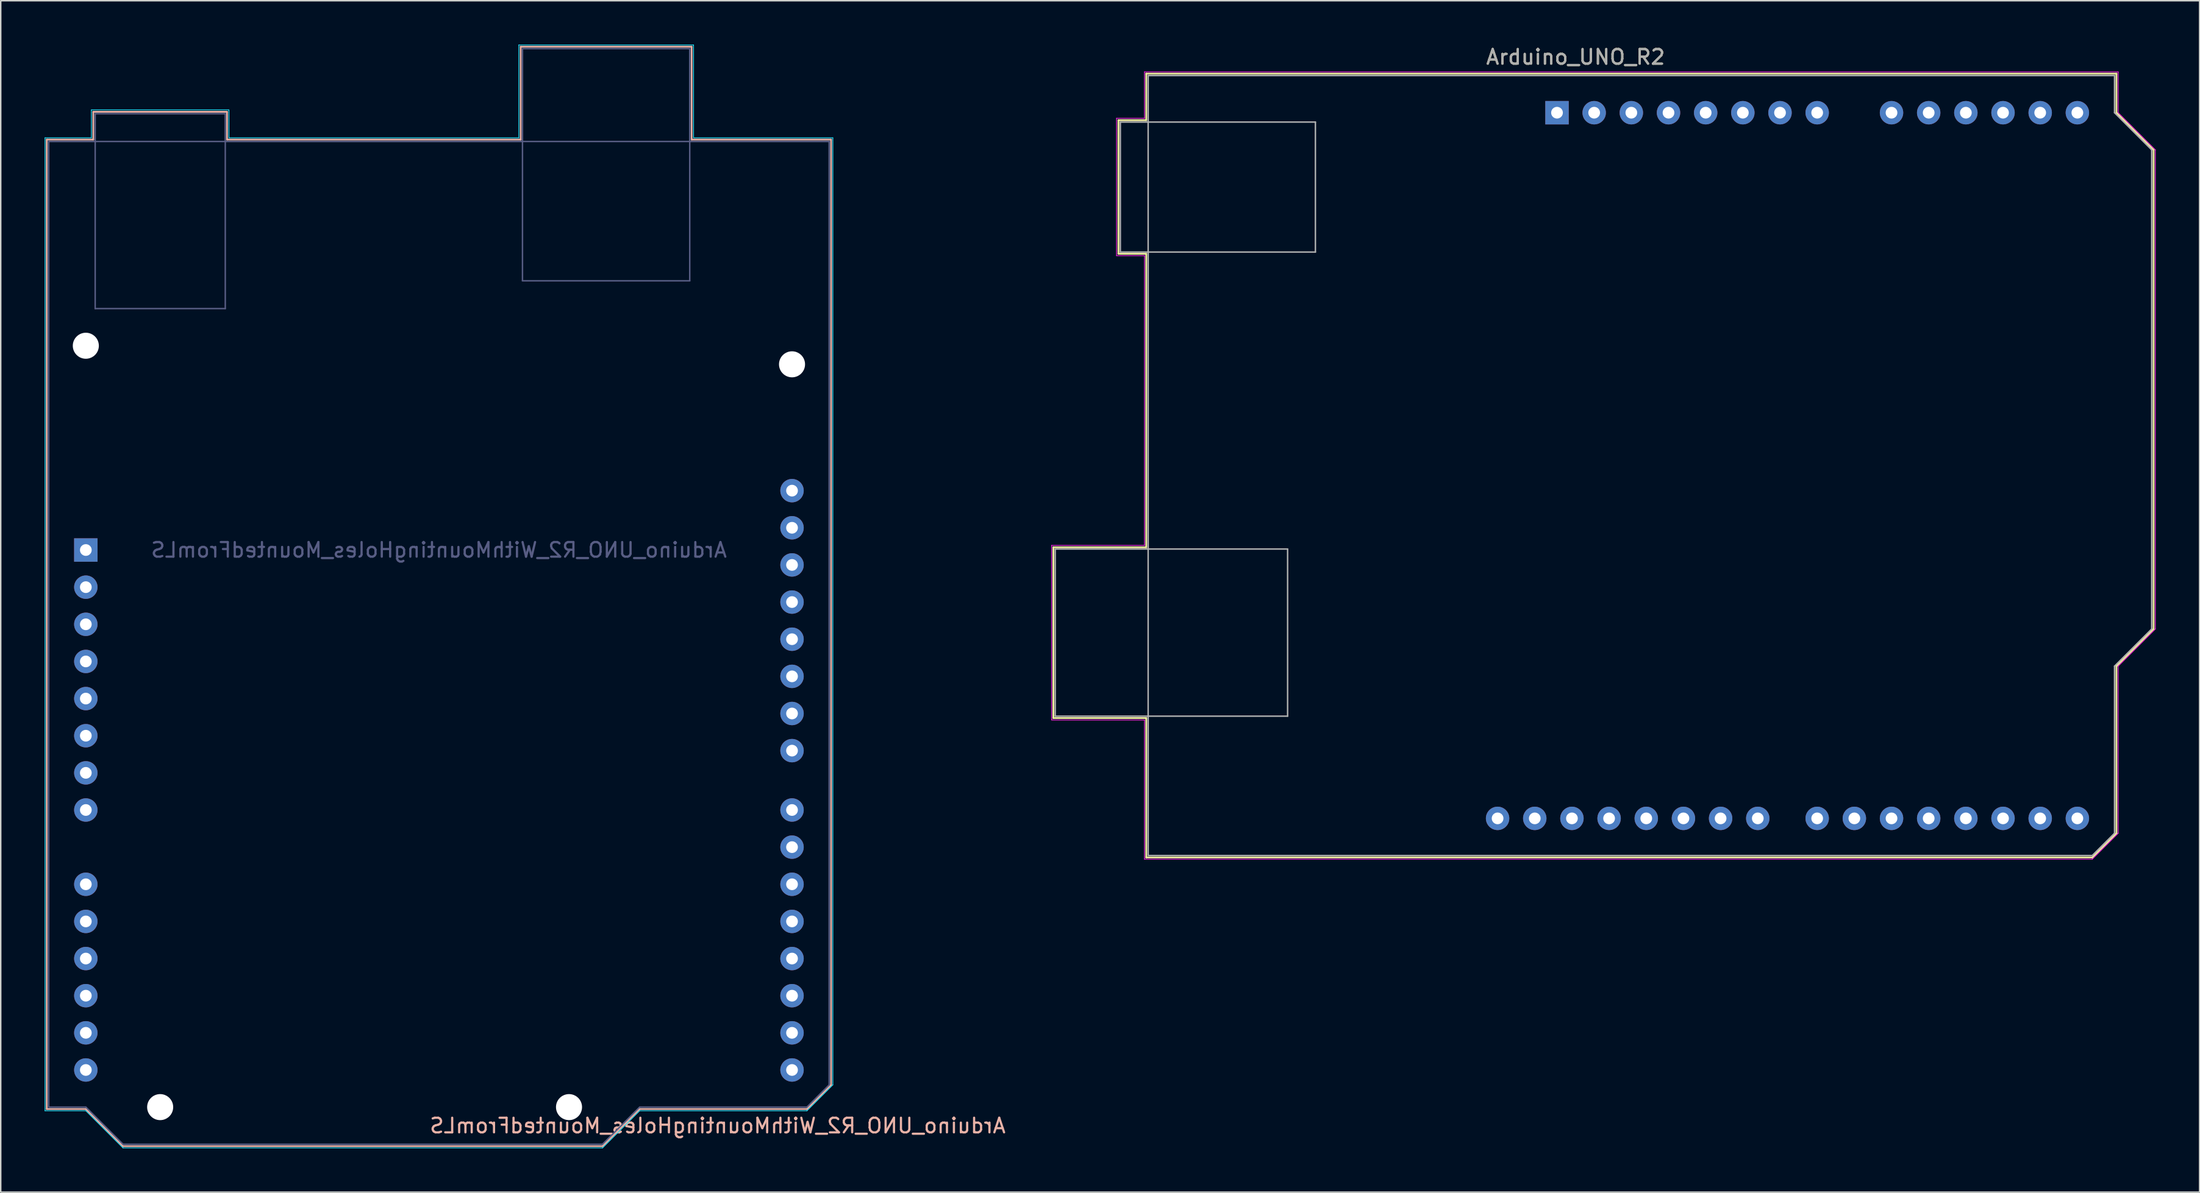
<source format=kicad_pcb>
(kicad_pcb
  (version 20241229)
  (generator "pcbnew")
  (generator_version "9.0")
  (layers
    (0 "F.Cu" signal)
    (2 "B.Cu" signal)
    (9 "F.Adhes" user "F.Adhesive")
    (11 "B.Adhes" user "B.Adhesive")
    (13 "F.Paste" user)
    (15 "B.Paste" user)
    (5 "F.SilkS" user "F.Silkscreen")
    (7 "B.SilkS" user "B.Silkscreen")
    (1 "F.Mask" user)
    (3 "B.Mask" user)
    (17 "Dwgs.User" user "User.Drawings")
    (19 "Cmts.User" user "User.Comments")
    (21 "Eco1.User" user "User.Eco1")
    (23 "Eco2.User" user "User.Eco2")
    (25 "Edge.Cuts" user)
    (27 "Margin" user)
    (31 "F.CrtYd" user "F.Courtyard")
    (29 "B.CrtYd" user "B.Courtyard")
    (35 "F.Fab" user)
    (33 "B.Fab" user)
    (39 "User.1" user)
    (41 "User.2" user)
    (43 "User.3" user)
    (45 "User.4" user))
  (footprint "Arduino_UNO_R2"
    (layer "F.Cu")
    (at 103.352 4.658)
    (property "Reference" "Arduino_UNO_R2" (at 1.27 -3.81 180) (layer "F.SilkS") (effects (font (size 1 1) (thickness 0.15))))
    (attr through_hole)
    (fp_line (start -34.42 29.72) (end -34.42 41.4) (stroke (width 0.12) (type solid)) (layer "F.SilkS"))
    (fp_line (start -34.42 41.4) (end -28.07 41.4) (stroke (width 0.12) (type solid)) (layer "F.SilkS"))
    (fp_line (start -29.97 0.51) (end -29.97 9.65) (stroke (width 0.12) (type solid)) (layer "F.SilkS"))
    (fp_line (start -29.97 9.65) (end -28.07 9.65) (stroke (width 0.12) (type solid)) (layer "F.SilkS"))
    (fp_line (start -28.07 -2.67) (end -28.07 0.51) (stroke (width 0.12) (type solid)) (layer "F.SilkS"))
    (fp_line (start -28.07 0.51) (end -29.97 0.51) (stroke (width 0.12) (type solid)) (layer "F.SilkS"))
    (fp_line (start -28.07 9.65) (end -28.07 29.72) (stroke (width 0.12) (type solid)) (layer "F.SilkS"))
    (fp_line (start -28.07 29.72) (end -34.42 29.72) (stroke (width 0.12) (type solid)) (layer "F.SilkS"))
    (fp_line (start -28.07 41.4) (end -28.07 50.93) (stroke (width 0.12) (type solid)) (layer "F.SilkS"))
    (fp_line (start -28.07 50.93) (end 36.58 50.93) (stroke (width 0.12) (type solid)) (layer "F.SilkS"))
    (fp_line (start 36.58 50.93) (end 38.23 49.28) (stroke (width 0.12) (type solid)) (layer "F.SilkS"))
    (fp_line (start 38.23 -2.67) (end -28.07 -2.67) (stroke (width 0.12) (type solid)) (layer "F.SilkS"))
    (fp_line (start 38.23 0) (end 38.23 -2.67) (stroke (width 0.12) (type solid)) (layer "F.SilkS"))
    (fp_line (start 38.23 37.85) (end 40.77 35.31) (stroke (width 0.12) (type solid)) (layer "F.SilkS"))
    (fp_line (start 38.23 49.28) (end 38.23 37.85) (stroke (width 0.12) (type solid)) (layer "F.SilkS"))
    (fp_line (start 40.77 2.54) (end 38.23 0) (stroke (width 0.12) (type solid)) (layer "F.SilkS"))
    (fp_line (start 40.77 35.31) (end 40.77 2.54) (stroke (width 0.12) (type solid)) (layer "F.SilkS"))
    (fp_line (start -34.54 29.59) (end -28.19 29.59) (stroke (width 0.05) (type solid)) (layer "F.CrtYd"))
    (fp_line (start -34.54 41.53) (end -34.54 29.59) (stroke (width 0.05) (type solid)) (layer "F.CrtYd"))
    (fp_line (start -30.1 0.38) (end -28.19 0.38) (stroke (width 0.05) (type solid)) (layer "F.CrtYd"))
    (fp_line (start -30.1 9.78) (end -30.1 0.38) (stroke (width 0.05) (type solid)) (layer "F.CrtYd"))
    (fp_line (start -28.19 -2.79) (end 38.35 -2.79) (stroke (width 0.05) (type solid)) (layer "F.CrtYd"))
    (fp_line (start -28.19 0.38) (end -28.19 -2.79) (stroke (width 0.05) (type solid)) (layer "F.CrtYd"))
    (fp_line (start -28.19 9.78) (end -30.1 9.78) (stroke (width 0.05) (type solid)) (layer "F.CrtYd"))
    (fp_line (start -28.19 29.59) (end -28.19 9.78) (stroke (width 0.05) (type solid)) (layer "F.CrtYd"))
    (fp_line (start -28.19 41.53) (end -34.54 41.53) (stroke (width 0.05) (type solid)) (layer "F.CrtYd"))
    (fp_line (start -28.19 51.05) (end -28.19 41.53) (stroke (width 0.05) (type solid)) (layer "F.CrtYd"))
    (fp_line (start 36.58 51.05) (end -28.19 51.05) (stroke (width 0.05) (type solid)) (layer "F.CrtYd"))
    (fp_line (start 38.35 -2.79) (end 38.35 0) (stroke (width 0.05) (type solid)) (layer "F.CrtYd"))
    (fp_line (start 38.35 0) (end 40.89 2.54) (stroke (width 0.05) (type solid)) (layer "F.CrtYd"))
    (fp_line (start 38.35 37.85) (end 38.35 49.28) (stroke (width 0.05) (type solid)) (layer "F.CrtYd"))
    (fp_line (start 38.35 49.28) (end 36.58 51.05) (stroke (width 0.05) (type solid)) (layer "F.CrtYd"))
    (fp_line (start 40.89 2.54) (end 40.89 35.31) (stroke (width 0.05) (type solid)) (layer "F.CrtYd"))
    (fp_line (start 40.89 35.31) (end 38.35 37.85) (stroke (width 0.05) (type solid)) (layer "F.CrtYd"))
    (fp_line (start -34.29 29.84) (end -18.41 29.84) (stroke (width 0.1) (type solid)) (layer "F.Fab"))
    (fp_line (start -34.29 41.27) (end -34.29 29.84) (stroke (width 0.1) (type solid)) (layer "F.Fab"))
    (fp_line (start -29.84 0.64) (end -16.51 0.64) (stroke (width 0.1) (type solid)) (layer "F.Fab"))
    (fp_line (start -29.84 9.53) (end -29.84 0.64) (stroke (width 0.1) (type solid)) (layer "F.Fab"))
    (fp_line (start -27.94 -2.54) (end 38.1 -2.54) (stroke (width 0.1) (type solid)) (layer "F.Fab"))
    (fp_line (start -27.94 50.8) (end -27.94 -2.54) (stroke (width 0.1) (type solid)) (layer "F.Fab"))
    (fp_line (start -18.41 29.84) (end -18.41 41.27) (stroke (width 0.1) (type solid)) (layer "F.Fab"))
    (fp_line (start -18.41 41.27) (end -34.29 41.27) (stroke (width 0.1) (type solid)) (layer "F.Fab"))
    (fp_line (start -16.51 0.64) (end -16.51 9.53) (stroke (width 0.1) (type solid)) (layer "F.Fab"))
    (fp_line (start -16.51 9.53) (end -29.84 9.53) (stroke (width 0.1) (type solid)) (layer "F.Fab"))
    (fp_line (start 36.58 50.8) (end -27.94 50.8) (stroke (width 0.1) (type solid)) (layer "F.Fab"))
    (fp_line (start 38.1 -2.54) (end 38.1 0) (stroke (width 0.1) (type solid)) (layer "F.Fab"))
    (fp_line (start 38.1 0) (end 40.64 2.54) (stroke (width 0.1) (type solid)) (layer "F.Fab"))
    (fp_line (start 38.1 37.85) (end 38.1 49.28) (stroke (width 0.1) (type solid)) (layer "F.Fab"))
    (fp_line (start 38.1 49.28) (end 36.58 50.8) (stroke (width 0.1) (type solid)) (layer "F.Fab"))
    (fp_line (start 40.64 2.54) (end 40.64 35.31) (stroke (width 0.1) (type solid)) (layer "F.Fab"))
    (fp_line (start 40.64 35.31) (end 38.1 37.85) (stroke (width 0.1) (type solid)) (layer "F.Fab"))
    (fp_text user "${REFERENCE}" (at 1.27 -3.81 180) (layer "F.Fab") (effects (font (size 1 1) (thickness 0.15))))
    (pad "1" thru_hole rect (at 0 0 90) (size 1.6 1.6) (drill 0.8) (layers "*.Cu" "*.Mask"))
    (pad "2" thru_hole oval (at 2.54 0 90) (size 1.6 1.6) (drill 0.8) (layers "*.Cu" "*.Mask"))
    (pad "3" thru_hole oval (at 5.08 0 90) (size 1.6 1.6) (drill 0.8) (layers "*.Cu" "*.Mask"))
    (pad "4" thru_hole oval (at 7.62 0 90) (size 1.6 1.6) (drill 0.8) (layers "*.Cu" "*.Mask"))
    (pad "5" thru_hole oval (at 10.16 0 90) (size 1.6 1.6) (drill 0.8) (layers "*.Cu" "*.Mask"))
    (pad "6" thru_hole oval (at 12.7 0 90) (size 1.6 1.6) (drill 0.8) (layers "*.Cu" "*.Mask"))
    (pad "7" thru_hole oval (at 15.24 0 90) (size 1.6 1.6) (drill 0.8) (layers "*.Cu" "*.Mask"))
    (pad "8" thru_hole oval (at 17.78 0 90) (size 1.6 1.6) (drill 0.8) (layers "*.Cu" "*.Mask"))
    (pad "9" thru_hole oval (at 22.86 0 90) (size 1.6 1.6) (drill 0.8) (layers "*.Cu" "*.Mask"))
    (pad "10" thru_hole oval (at 25.4 0 90) (size 1.6 1.6) (drill 0.8) (layers "*.Cu" "*.Mask"))
    (pad "11" thru_hole oval (at 27.94 0 90) (size 1.6 1.6) (drill 0.8) (layers "*.Cu" "*.Mask"))
    (pad "12" thru_hole oval (at 30.48 0 90) (size 1.6 1.6) (drill 0.8) (layers "*.Cu" "*.Mask"))
    (pad "13" thru_hole oval (at 33.02 0 90) (size 1.6 1.6) (drill 0.8) (layers "*.Cu" "*.Mask"))
    (pad "14" thru_hole oval (at 35.56 0 90) (size 1.6 1.6) (drill 0.8) (layers "*.Cu" "*.Mask"))
    (pad "15" thru_hole oval (at 35.56 48.26 90) (size 1.6 1.6) (drill 0.8) (layers "*.Cu" "*.Mask"))
    (pad "16" thru_hole oval (at 33.02 48.26 90) (size 1.6 1.6) (drill 0.8) (layers "*.Cu" "*.Mask"))
    (pad "17" thru_hole oval (at 30.48 48.26 90) (size 1.6 1.6) (drill 0.8) (layers "*.Cu" "*.Mask"))
    (pad "18" thru_hole oval (at 27.94 48.26 90) (size 1.6 1.6) (drill 0.8) (layers "*.Cu" "*.Mask"))
    (pad "19" thru_hole oval (at 25.4 48.26 90) (size 1.6 1.6) (drill 0.8) (layers "*.Cu" "*.Mask"))
    (pad "20" thru_hole oval (at 22.86 48.26 90) (size 1.6 1.6) (drill 0.8) (layers "*.Cu" "*.Mask"))
    (pad "21" thru_hole oval (at 20.32 48.26 90) (size 1.6 1.6) (drill 0.8) (layers "*.Cu" "*.Mask"))
    (pad "22" thru_hole oval (at 17.78 48.26 90) (size 1.6 1.6) (drill 0.8) (layers "*.Cu" "*.Mask"))
    (pad "23" thru_hole oval (at 13.72 48.26 90) (size 1.6 1.6) (drill 0.8) (layers "*.Cu" "*.Mask"))
    (pad "24" thru_hole oval (at 11.18 48.26 90) (size 1.6 1.6) (drill 0.8) (layers "*.Cu" "*.Mask"))
    (pad "25" thru_hole oval (at 8.64 48.26 90) (size 1.6 1.6) (drill 0.8) (layers "*.Cu" "*.Mask"))
    (pad "26" thru_hole oval (at 6.1 48.26 90) (size 1.6 1.6) (drill 0.8) (layers "*.Cu" "*.Mask"))
    (pad "27" thru_hole oval (at 3.56 48.26 90) (size 1.6 1.6) (drill 0.8) (layers "*.Cu" "*.Mask"))
    (pad "28" thru_hole oval (at 1.02 48.26 90) (size 1.6 1.6) (drill 0.8) (layers "*.Cu" "*.Mask"))
    (pad "29" thru_hole oval (at -1.52 48.26 90) (size 1.6 1.6) (drill 0.8) (layers "*.Cu" "*.Mask"))
    (pad "30" thru_hole oval (at -4.06 48.26 90) (size 1.6 1.6) (drill 0.8) (layers "*.Cu" "*.Mask")))
  (footprint "Arduino_UNO_R2_WithMountingHoles_MountedFromLS"
    (layer "F.Cu")
    (at 2.815 34.565)
    (property "Reference" "Arduino_UNO_R2_WithMountingHoles_MountedFromLS" (at 43.18 39.37 0) (layer "B.SilkS") (effects (font (size 1 1) (thickness 0.15)) (justify mirror)))
    (attr through_hole)
    (fp_line (start -2.67 -28.07) (end 0.51 -28.07) (stroke (width 0.12) (type solid)) (layer "B.SilkS"))
    (fp_line (start -2.67 38.23) (end -2.67 -28.07) (stroke (width 0.12) (type solid)) (layer "B.SilkS"))
    (fp_line (start 0 38.23) (end -2.67 38.23) (stroke (width 0.12) (type solid)) (layer "B.SilkS"))
    (fp_line (start 0.51 -29.97) (end 9.65 -29.97) (stroke (width 0.12) (type solid)) (layer "B.SilkS"))
    (fp_line (start 0.51 -28.07) (end 0.51 -29.97) (stroke (width 0.12) (type solid)) (layer "B.SilkS"))
    (fp_line (start 2.54 40.77) (end 0 38.23) (stroke (width 0.12) (type solid)) (layer "B.SilkS"))
    (fp_line (start 9.65 -29.97) (end 9.65 -28.07) (stroke (width 0.12) (type solid)) (layer "B.SilkS"))
    (fp_line (start 9.65 -28.07) (end 29.72 -28.07) (stroke (width 0.12) (type solid)) (layer "B.SilkS"))
    (fp_line (start 29.72 -34.42) (end 41.4 -34.42) (stroke (width 0.12) (type solid)) (layer "B.SilkS"))
    (fp_line (start 29.72 -28.07) (end 29.72 -34.42) (stroke (width 0.12) (type solid)) (layer "B.SilkS"))
    (fp_line (start 35.31 40.77) (end 2.54 40.77) (stroke (width 0.12) (type solid)) (layer "B.SilkS"))
    (fp_line (start 37.85 38.23) (end 35.31 40.77) (stroke (width 0.12) (type solid)) (layer "B.SilkS"))
    (fp_line (start 41.4 -34.42) (end 41.4 -28.07) (stroke (width 0.12) (type solid)) (layer "B.SilkS"))
    (fp_line (start 41.4 -28.07) (end 50.93 -28.07) (stroke (width 0.12) (type solid)) (layer "B.SilkS"))
    (fp_line (start 49.28 38.23) (end 37.85 38.23) (stroke (width 0.12) (type solid)) (layer "B.SilkS"))
    (fp_line (start 50.93 -28.07) (end 50.93 36.58) (stroke (width 0.12) (type solid)) (layer "B.SilkS"))
    (fp_line (start 50.93 36.58) (end 49.28 38.23) (stroke (width 0.12) (type solid)) (layer "B.SilkS"))
    (fp_line (start -2.79 -28.19) (end -2.79 38.35) (stroke (width 0.05) (type solid)) (layer "B.CrtYd"))
    (fp_line (start -2.79 38.35) (end 0 38.35) (stroke (width 0.05) (type solid)) (layer "B.CrtYd"))
    (fp_line (start 0 38.35) (end 2.54 40.89) (stroke (width 0.05) (type solid)) (layer "B.CrtYd"))
    (fp_line (start 0.38 -30.1) (end 0.38 -28.19) (stroke (width 0.05) (type solid)) (layer "B.CrtYd"))
    (fp_line (start 0.38 -28.19) (end -2.79 -28.19) (stroke (width 0.05) (type solid)) (layer "B.CrtYd"))
    (fp_line (start 2.54 40.89) (end 35.31 40.89) (stroke (width 0.05) (type solid)) (layer "B.CrtYd"))
    (fp_line (start 9.78 -30.1) (end 0.38 -30.1) (stroke (width 0.05) (type solid)) (layer "B.CrtYd"))
    (fp_line (start 9.78 -28.19) (end 9.78 -30.1) (stroke (width 0.05) (type solid)) (layer "B.CrtYd"))
    (fp_line (start 29.59 -34.54) (end 29.59 -28.19) (stroke (width 0.05) (type solid)) (layer "B.CrtYd"))
    (fp_line (start 29.59 -28.19) (end 9.78 -28.19) (stroke (width 0.05) (type solid)) (layer "B.CrtYd"))
    (fp_line (start 35.31 40.89) (end 37.85 38.35) (stroke (width 0.05) (type solid)) (layer "B.CrtYd"))
    (fp_line (start 37.85 38.35) (end 49.28 38.35) (stroke (width 0.05) (type solid)) (layer "B.CrtYd"))
    (fp_line (start 41.53 -34.54) (end 29.59 -34.54) (stroke (width 0.05) (type solid)) (layer "B.CrtYd"))
    (fp_line (start 41.53 -28.19) (end 41.53 -34.54) (stroke (width 0.05) (type solid)) (layer "B.CrtYd"))
    (fp_line (start 49.28 38.35) (end 51.05 36.58) (stroke (width 0.05) (type solid)) (layer "B.CrtYd"))
    (fp_line (start 51.05 -28.19) (end 41.53 -28.19) (stroke (width 0.05) (type solid)) (layer "B.CrtYd"))
    (fp_line (start 51.05 36.58) (end 51.05 -28.19) (stroke (width 0.05) (type solid)) (layer "B.CrtYd"))
    (fp_line (start -2.54 -27.94) (end -2.54 38.1) (stroke (width 0.1) (type solid)) (layer "B.Fab"))
    (fp_line (start -2.54 38.1) (end 0 38.1) (stroke (width 0.1) (type solid)) (layer "B.Fab"))
    (fp_line (start 0 38.1) (end 2.54 40.64) (stroke (width 0.1) (type solid)) (layer "B.Fab"))
    (fp_line (start 0.64 -29.84) (end 0.64 -16.51) (stroke (width 0.1) (type solid)) (layer "B.Fab"))
    (fp_line (start 0.64 -16.51) (end 9.53 -16.51) (stroke (width 0.1) (type solid)) (layer "B.Fab"))
    (fp_line (start 2.54 40.64) (end 35.31 40.64) (stroke (width 0.1) (type solid)) (layer "B.Fab"))
    (fp_line (start 9.53 -29.84) (end 0.64 -29.84) (stroke (width 0.1) (type solid)) (layer "B.Fab"))
    (fp_line (start 9.53 -16.51) (end 9.53 -29.84) (stroke (width 0.1) (type solid)) (layer "B.Fab"))
    (fp_line (start 29.84 -34.29) (end 29.84 -18.41) (stroke (width 0.1) (type solid)) (layer "B.Fab"))
    (fp_line (start 29.84 -18.41) (end 41.27 -18.41) (stroke (width 0.1) (type solid)) (layer "B.Fab"))
    (fp_line (start 35.31 40.64) (end 37.85 38.1) (stroke (width 0.1) (type solid)) (layer "B.Fab"))
    (fp_line (start 37.85 38.1) (end 49.28 38.1) (stroke (width 0.1) (type solid)) (layer "B.Fab"))
    (fp_line (start 41.27 -34.29) (end 29.84 -34.29) (stroke (width 0.1) (type solid)) (layer "B.Fab"))
    (fp_line (start 41.27 -18.41) (end 41.27 -34.29) (stroke (width 0.1) (type solid)) (layer "B.Fab"))
    (fp_line (start 49.28 38.1) (end 50.8 36.58) (stroke (width 0.1) (type solid)) (layer "B.Fab"))
    (fp_line (start 50.8 -27.94) (end -2.54 -27.94) (stroke (width 0.1) (type solid)) (layer "B.Fab"))
    (fp_line (start 50.8 36.58) (end 50.8 -27.94) (stroke (width 0.1) (type solid)) (layer "B.Fab"))
    (fp_text user "${REFERENCE}" (at 24.13 0 0) (layer "B.Fab") (effects (font (size 1 1) (thickness 0.15)) (justify mirror)))
    (pad "" np_thru_hole circle (at 0 -13.97) (size 1.78 1.78) (drill 1.78) (layers "*.Cu" "*.Mask"))
    (pad "" np_thru_hole circle (at 5.08 38.1) (size 1.78 1.78) (drill 1.78) (layers "*.Cu" "*.Mask"))
    (pad "" np_thru_hole circle (at 33.02 38.1) (size 1.78 1.78) (drill 1.78) (layers "*.Cu" "*.Mask"))
    (pad "" np_thru_hole circle (at 48.26 -12.7) (size 1.78 1.78) (drill 1.78) (layers "*.Cu" "*.Mask"))
    (pad "1" thru_hole rect (at 0 0) (size 1.6 1.6) (drill 0.8) (layers "*.Cu" "*.Mask"))
    (pad "2" thru_hole oval (at 0 2.54) (size 1.6 1.6) (drill 0.8) (layers "*.Cu" "*.Mask"))
    (pad "3" thru_hole oval (at 0 5.08) (size 1.6 1.6) (drill 0.8) (layers "*.Cu" "*.Mask"))
    (pad "4" thru_hole oval (at 0 7.62) (size 1.6 1.6) (drill 0.8) (layers "*.Cu" "*.Mask"))
    (pad "5" thru_hole oval (at 0 10.16) (size 1.6 1.6) (drill 0.8) (layers "*.Cu" "*.Mask"))
    (pad "6" thru_hole oval (at 0 12.7) (size 1.6 1.6) (drill 0.8) (layers "*.Cu" "*.Mask"))
    (pad "7" thru_hole oval (at 0 15.24) (size 1.6 1.6) (drill 0.8) (layers "*.Cu" "*.Mask"))
    (pad "8" thru_hole oval (at 0 17.78) (size 1.6 1.6) (drill 0.8) (layers "*.Cu" "*.Mask"))
    (pad "9" thru_hole oval (at 0 22.86) (size 1.6 1.6) (drill 0.8) (layers "*.Cu" "*.Mask"))
    (pad "10" thru_hole oval (at 0 25.4) (size 1.6 1.6) (drill 0.8) (layers "*.Cu" "*.Mask"))
    (pad "11" thru_hole oval (at 0 27.94) (size 1.6 1.6) (drill 0.8) (layers "*.Cu" "*.Mask"))
    (pad "12" thru_hole oval (at 0 30.48) (size 1.6 1.6) (drill 0.8) (layers "*.Cu" "*.Mask"))
    (pad "13" thru_hole oval (at 0 33.02) (size 1.6 1.6) (drill 0.8) (layers "*.Cu" "*.Mask"))
    (pad "14" thru_hole oval (at 0 35.56) (size 1.6 1.6) (drill 0.8) (layers "*.Cu" "*.Mask"))
    (pad "15" thru_hole oval (at 48.26 35.56) (size 1.6 1.6) (drill 0.8) (layers "*.Cu" "*.Mask"))
    (pad "16" thru_hole oval (at 48.26 33.02) (size 1.6 1.6) (drill 0.8) (layers "*.Cu" "*.Mask"))
    (pad "17" thru_hole oval (at 48.26 30.48) (size 1.6 1.6) (drill 0.8) (layers "*.Cu" "*.Mask"))
    (pad "18" thru_hole oval (at 48.26 27.94) (size 1.6 1.6) (drill 0.8) (layers "*.Cu" "*.Mask"))
    (pad "19" thru_hole oval (at 48.26 25.4) (size 1.6 1.6) (drill 0.8) (layers "*.Cu" "*.Mask"))
    (pad "20" thru_hole oval (at 48.26 22.86) (size 1.6 1.6) (drill 0.8) (layers "*.Cu" "*.Mask"))
    (pad "21" thru_hole oval (at 48.26 20.32) (size 1.6 1.6) (drill 0.8) (layers "*.Cu" "*.Mask"))
    (pad "22" thru_hole oval (at 48.26 17.78) (size 1.6 1.6) (drill 0.8) (layers "*.Cu" "*.Mask"))
    (pad "23" thru_hole oval (at 48.26 13.72) (size 1.6 1.6) (drill 0.8) (layers "*.Cu" "*.Mask"))
    (pad "24" thru_hole oval (at 48.26 11.18) (size 1.6 1.6) (drill 0.8) (layers "*.Cu" "*.Mask"))
    (pad "25" thru_hole oval (at 48.26 8.64) (size 1.6 1.6) (drill 0.8) (layers "*.Cu" "*.Mask"))
    (pad "26" thru_hole oval (at 48.26 6.1) (size 1.6 1.6) (drill 0.8) (layers "*.Cu" "*.Mask"))
    (pad "27" thru_hole oval (at 48.26 3.56) (size 1.6 1.6) (drill 0.8) (layers "*.Cu" "*.Mask"))
    (pad "28" thru_hole oval (at 48.26 1.02) (size 1.6 1.6) (drill 0.8) (layers "*.Cu" "*.Mask"))
    (pad "29" thru_hole oval (at 48.26 -1.52) (size 1.6 1.6) (drill 0.8) (layers "*.Cu" "*.Mask"))
    (pad "30" thru_hole oval (at 48.26 -4.06) (size 1.6 1.6) (drill 0.8) (layers "*.Cu" "*.Mask")))
  (gr_rect
    (start -3 -3)
    (end 147.267 78.48)
    (stroke (width 0.1) (type default))
    (fill no)
    (layer "Edge.Cuts")))
</source>
